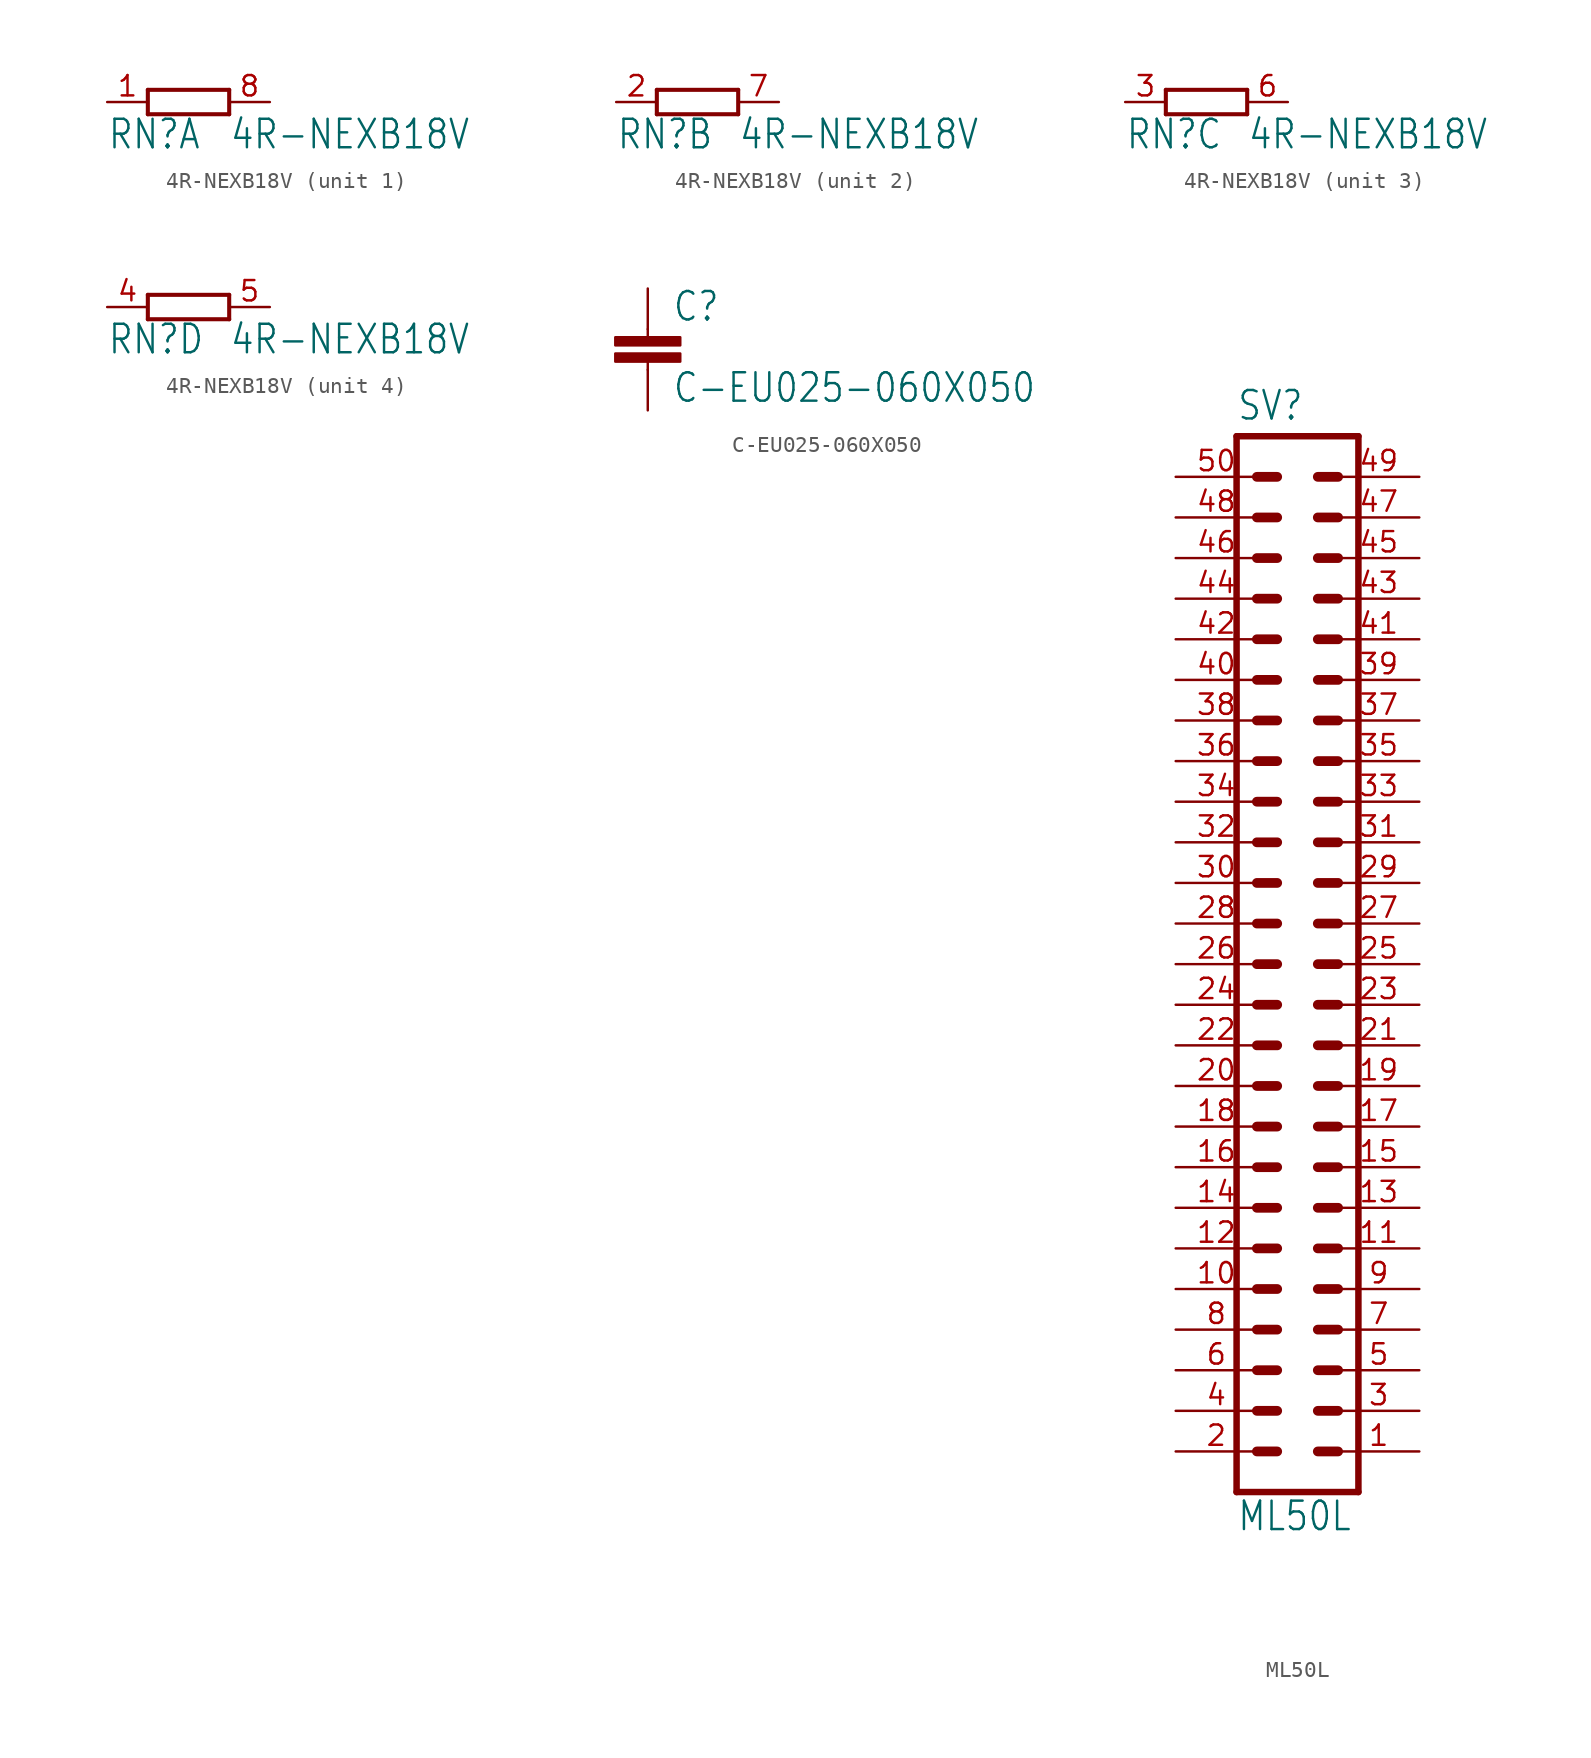
<source format=kicad_sym>
(kicad_symbol_lib
  (version 20211014)
  (generator kicad_symbol_editor)
  (symbol "4R-NEXB18V"
    (property "Reference" "RN"
      (at -5.08 -3.048 0)
      (effects (font (size 1.778 1.511)) (justify left bottom)))
    (property "Value" "4R-NEXB18V"
      (at 2.54 -3.048 0)
      (effects (font (size 1.778 1.511)) (justify left bottom)))
    (property "ki_locked" ""
      (at 0 0 0)
      (effects (font (size 1.27 1.27))))
    (symbol "4R-NEXB18V_1_0"
      (polyline (pts (xy -2.54 -0.762) (xy 2.54 -0.762)) (stroke (width 0.254) (type default) (color 0 0 0 0)) (fill (type none)))
      (polyline (pts (xy -2.54 0.762) (xy -2.54 -0.762)) (stroke (width 0.254) (type default) (color 0 0 0 0)) (fill (type none)))
      (polyline (pts (xy 2.54 -0.762) (xy 2.54 0.762)) (stroke (width 0.254) (type default) (color 0 0 0 0)) (fill (type none)))
      (polyline (pts (xy 2.54 0.762) (xy -2.54 0.762)) (stroke (width 0.254) (type default) (color 0 0 0 0)) (fill (type none)))
      (pin passive line (at -5.08 0 0) (length 2.54) (name "1" (effects (font (size 0 0)))) (number "1" (effects (font (size 1.27 1.27)))))
      (pin passive line (at 5.08 0 180) (length 2.54) (name "2" (effects (font (size 0 0)))) (number "8" (effects (font (size 1.27 1.27))))))
    (symbol "4R-NEXB18V_2_0"
      (polyline (pts (xy -2.54 -0.762) (xy 2.54 -0.762)) (stroke (width 0.254) (type default) (color 0 0 0 0)) (fill (type none)))
      (polyline (pts (xy -2.54 0.762) (xy -2.54 -0.762)) (stroke (width 0.254) (type default) (color 0 0 0 0)) (fill (type none)))
      (polyline (pts (xy 2.54 -0.762) (xy 2.54 0.762)) (stroke (width 0.254) (type default) (color 0 0 0 0)) (fill (type none)))
      (polyline (pts (xy 2.54 0.762) (xy -2.54 0.762)) (stroke (width 0.254) (type default) (color 0 0 0 0)) (fill (type none)))
      (pin passive line (at -5.08 0 0) (length 2.54) (name "1" (effects (font (size 0 0)))) (number "2" (effects (font (size 1.27 1.27)))))
      (pin passive line (at 5.08 0 180) (length 2.54) (name "2" (effects (font (size 0 0)))) (number "7" (effects (font (size 1.27 1.27))))))
    (symbol "4R-NEXB18V_3_0"
      (polyline (pts (xy -2.54 -0.762) (xy 2.54 -0.762)) (stroke (width 0.254) (type default) (color 0 0 0 0)) (fill (type none)))
      (polyline (pts (xy -2.54 0.762) (xy -2.54 -0.762)) (stroke (width 0.254) (type default) (color 0 0 0 0)) (fill (type none)))
      (polyline (pts (xy 2.54 -0.762) (xy 2.54 0.762)) (stroke (width 0.254) (type default) (color 0 0 0 0)) (fill (type none)))
      (polyline (pts (xy 2.54 0.762) (xy -2.54 0.762)) (stroke (width 0.254) (type default) (color 0 0 0 0)) (fill (type none)))
      (pin passive line (at -5.08 0 0) (length 2.54) (name "1" (effects (font (size 0 0)))) (number "3" (effects (font (size 1.27 1.27)))))
      (pin passive line (at 5.08 0 180) (length 2.54) (name "2" (effects (font (size 0 0)))) (number "6" (effects (font (size 1.27 1.27))))))
    (symbol "4R-NEXB18V_4_0"
      (polyline (pts (xy -2.54 -0.762) (xy 2.54 -0.762)) (stroke (width 0.254) (type default) (color 0 0 0 0)) (fill (type none)))
      (polyline (pts (xy -2.54 0.762) (xy -2.54 -0.762)) (stroke (width 0.254) (type default) (color 0 0 0 0)) (fill (type none)))
      (polyline (pts (xy 2.54 -0.762) (xy 2.54 0.762)) (stroke (width 0.254) (type default) (color 0 0 0 0)) (fill (type none)))
      (polyline (pts (xy 2.54 0.762) (xy -2.54 0.762)) (stroke (width 0.254) (type default) (color 0 0 0 0)) (fill (type none)))
      (pin passive line (at -5.08 0 0) (length 2.54) (name "1" (effects (font (size 0 0)))) (number "4" (effects (font (size 1.27 1.27)))))
      (pin passive line (at 5.08 0 180) (length 2.54) (name "2" (effects (font (size 0 0)))) (number "5" (effects (font (size 1.27 1.27)))))))
  (symbol "C-EU025-060X050"
    (property "Reference" "C"
      (at 1.524 0.381 0)
      (effects (font (size 1.778 1.511)) (justify left bottom)))
    (property "Value" "C-EU025-060X050"
      (at 1.524 -4.699 0)
      (effects (font (size 1.778 1.511)) (justify left bottom)))
    (property "ki_locked" ""
      (at 0 0 0)
      (effects (font (size 1.27 1.27))))
    (symbol "C-EU025-060X050_1_0"
      (rectangle (start -2.032 -2.032) (end 2.032 -1.524) (stroke (width 0) (type default) (color 0 0 0 0)) (fill (type outline)))
      (rectangle (start -2.032 -1.016) (end 2.032 -0.508) (stroke (width 0) (type default) (color 0 0 0 0)) (fill (type outline)))
      (polyline (pts (xy 0 -2.54) (xy 0 -2.032)) (stroke (width 0.152) (type default) (color 0 0 0 0)) (fill (type none)))
      (polyline (pts (xy 0 0) (xy 0 -0.508)) (stroke (width 0.152) (type default) (color 0 0 0 0)) (fill (type none)))
      (pin passive line (at 0 2.54 270) (length 2.54) (name "1" (effects (font (size 0 0)))) (number "1" (effects (font (size 0 0)))))
      (pin passive line (at 0 -5.08 90) (length 2.54) (name "2" (effects (font (size 0 0)))) (number "2" (effects (font (size 0 0)))))))
  (symbol "ML50L"
    (property "Reference" "SV"
      (at -3.81 33.909 0)
      (effects (font (size 1.778 1.511)) (justify left bottom)))
    (property "Value" "ML50L"
      (at -3.81 -35.56 0)
      (effects (font (size 1.778 1.511)) (justify left bottom)))
    (property "ki_locked" ""
      (at 0 0 0)
      (effects (font (size 1.27 1.27))))
    (symbol "ML50L_1_0"
      (polyline (pts (xy -3.81 33.02) (xy -3.81 -33.02)) (stroke (width 0.406) (type default) (color 0 0 0 0)) (fill (type none)))
      (polyline (pts (xy -3.81 33.02) (xy 3.81 33.02)) (stroke (width 0.406) (type default) (color 0 0 0 0)) (fill (type none)))
      (polyline (pts (xy -2.54 -30.48) (xy -1.27 -30.48)) (stroke (width 0.61) (type default) (color 0 0 0 0)) (fill (type none)))
      (polyline (pts (xy -2.54 -27.94) (xy -1.27 -27.94)) (stroke (width 0.61) (type default) (color 0 0 0 0)) (fill (type none)))
      (polyline (pts (xy -2.54 -25.4) (xy -1.27 -25.4)) (stroke (width 0.61) (type default) (color 0 0 0 0)) (fill (type none)))
      (polyline (pts (xy -2.54 -22.86) (xy -1.27 -22.86)) (stroke (width 0.61) (type default) (color 0 0 0 0)) (fill (type none)))
      (polyline (pts (xy -2.54 -20.32) (xy -1.27 -20.32)) (stroke (width 0.61) (type default) (color 0 0 0 0)) (fill (type none)))
      (polyline (pts (xy -2.54 -17.78) (xy -1.27 -17.78)) (stroke (width 0.61) (type default) (color 0 0 0 0)) (fill (type none)))
      (polyline (pts (xy -2.54 -15.24) (xy -1.27 -15.24)) (stroke (width 0.61) (type default) (color 0 0 0 0)) (fill (type none)))
      (polyline (pts (xy -2.54 -12.7) (xy -1.27 -12.7)) (stroke (width 0.61) (type default) (color 0 0 0 0)) (fill (type none)))
      (polyline (pts (xy -2.54 -10.16) (xy -1.27 -10.16)) (stroke (width 0.61) (type default) (color 0 0 0 0)) (fill (type none)))
      (polyline (pts (xy -2.54 -7.62) (xy -1.27 -7.62)) (stroke (width 0.61) (type default) (color 0 0 0 0)) (fill (type none)))
      (polyline (pts (xy -2.54 -5.08) (xy -1.27 -5.08)) (stroke (width 0.61) (type default) (color 0 0 0 0)) (fill (type none)))
      (polyline (pts (xy -2.54 -2.54) (xy -1.27 -2.54)) (stroke (width 0.61) (type default) (color 0 0 0 0)) (fill (type none)))
      (polyline (pts (xy -2.54 0) (xy -1.27 0)) (stroke (width 0.61) (type default) (color 0 0 0 0)) (fill (type none)))
      (polyline (pts (xy -2.54 2.54) (xy -1.27 2.54)) (stroke (width 0.61) (type default) (color 0 0 0 0)) (fill (type none)))
      (polyline (pts (xy -2.54 5.08) (xy -1.27 5.08)) (stroke (width 0.61) (type default) (color 0 0 0 0)) (fill (type none)))
      (polyline (pts (xy -2.54 7.62) (xy -1.27 7.62)) (stroke (width 0.61) (type default) (color 0 0 0 0)) (fill (type none)))
      (polyline (pts (xy -2.54 10.16) (xy -1.27 10.16)) (stroke (width 0.61) (type default) (color 0 0 0 0)) (fill (type none)))
      (polyline (pts (xy -2.54 12.7) (xy -1.27 12.7)) (stroke (width 0.61) (type default) (color 0 0 0 0)) (fill (type none)))
      (polyline (pts (xy -2.54 15.24) (xy -1.27 15.24)) (stroke (width 0.61) (type default) (color 0 0 0 0)) (fill (type none)))
      (polyline (pts (xy -2.54 17.78) (xy -1.27 17.78)) (stroke (width 0.61) (type default) (color 0 0 0 0)) (fill (type none)))
      (polyline (pts (xy -2.54 20.32) (xy -1.27 20.32)) (stroke (width 0.61) (type default) (color 0 0 0 0)) (fill (type none)))
      (polyline (pts (xy -2.54 22.86) (xy -1.27 22.86)) (stroke (width 0.61) (type default) (color 0 0 0 0)) (fill (type none)))
      (polyline (pts (xy -2.54 25.4) (xy -1.27 25.4)) (stroke (width 0.61) (type default) (color 0 0 0 0)) (fill (type none)))
      (polyline (pts (xy -2.54 27.94) (xy -1.27 27.94)) (stroke (width 0.61) (type default) (color 0 0 0 0)) (fill (type none)))
      (polyline (pts (xy -2.54 30.48) (xy -1.27 30.48)) (stroke (width 0.61) (type default) (color 0 0 0 0)) (fill (type none)))
      (polyline (pts (xy 1.27 -30.48) (xy 2.54 -30.48)) (stroke (width 0.61) (type default) (color 0 0 0 0)) (fill (type none)))
      (polyline (pts (xy 1.27 -27.94) (xy 2.54 -27.94)) (stroke (width 0.61) (type default) (color 0 0 0 0)) (fill (type none)))
      (polyline (pts (xy 1.27 -25.4) (xy 2.54 -25.4)) (stroke (width 0.61) (type default) (color 0 0 0 0)) (fill (type none)))
      (polyline (pts (xy 1.27 -22.86) (xy 2.54 -22.86)) (stroke (width 0.61) (type default) (color 0 0 0 0)) (fill (type none)))
      (polyline (pts (xy 1.27 -20.32) (xy 2.54 -20.32)) (stroke (width 0.61) (type default) (color 0 0 0 0)) (fill (type none)))
      (polyline (pts (xy 1.27 -17.78) (xy 2.54 -17.78)) (stroke (width 0.61) (type default) (color 0 0 0 0)) (fill (type none)))
      (polyline (pts (xy 1.27 -15.24) (xy 2.54 -15.24)) (stroke (width 0.61) (type default) (color 0 0 0 0)) (fill (type none)))
      (polyline (pts (xy 1.27 -12.7) (xy 2.54 -12.7)) (stroke (width 0.61) (type default) (color 0 0 0 0)) (fill (type none)))
      (polyline (pts (xy 1.27 -10.16) (xy 2.54 -10.16)) (stroke (width 0.61) (type default) (color 0 0 0 0)) (fill (type none)))
      (polyline (pts (xy 1.27 -7.62) (xy 2.54 -7.62)) (stroke (width 0.61) (type default) (color 0 0 0 0)) (fill (type none)))
      (polyline (pts (xy 1.27 -5.08) (xy 2.54 -5.08)) (stroke (width 0.61) (type default) (color 0 0 0 0)) (fill (type none)))
      (polyline (pts (xy 1.27 -2.54) (xy 2.54 -2.54)) (stroke (width 0.61) (type default) (color 0 0 0 0)) (fill (type none)))
      (polyline (pts (xy 1.27 0) (xy 2.54 0)) (stroke (width 0.61) (type default) (color 0 0 0 0)) (fill (type none)))
      (polyline (pts (xy 1.27 2.54) (xy 2.54 2.54)) (stroke (width 0.61) (type default) (color 0 0 0 0)) (fill (type none)))
      (polyline (pts (xy 1.27 5.08) (xy 2.54 5.08)) (stroke (width 0.61) (type default) (color 0 0 0 0)) (fill (type none)))
      (polyline (pts (xy 1.27 7.62) (xy 2.54 7.62)) (stroke (width 0.61) (type default) (color 0 0 0 0)) (fill (type none)))
      (polyline (pts (xy 1.27 10.16) (xy 2.54 10.16)) (stroke (width 0.61) (type default) (color 0 0 0 0)) (fill (type none)))
      (polyline (pts (xy 1.27 12.7) (xy 2.54 12.7)) (stroke (width 0.61) (type default) (color 0 0 0 0)) (fill (type none)))
      (polyline (pts (xy 1.27 15.24) (xy 2.54 15.24)) (stroke (width 0.61) (type default) (color 0 0 0 0)) (fill (type none)))
      (polyline (pts (xy 1.27 17.78) (xy 2.54 17.78)) (stroke (width 0.61) (type default) (color 0 0 0 0)) (fill (type none)))
      (polyline (pts (xy 1.27 20.32) (xy 2.54 20.32)) (stroke (width 0.61) (type default) (color 0 0 0 0)) (fill (type none)))
      (polyline (pts (xy 1.27 22.86) (xy 2.54 22.86)) (stroke (width 0.61) (type default) (color 0 0 0 0)) (fill (type none)))
      (polyline (pts (xy 1.27 25.4) (xy 2.54 25.4)) (stroke (width 0.61) (type default) (color 0 0 0 0)) (fill (type none)))
      (polyline (pts (xy 1.27 27.94) (xy 2.54 27.94)) (stroke (width 0.61) (type default) (color 0 0 0 0)) (fill (type none)))
      (polyline (pts (xy 1.27 30.48) (xy 2.54 30.48)) (stroke (width 0.61) (type default) (color 0 0 0 0)) (fill (type none)))
      (polyline (pts (xy 3.81 -33.02) (xy -3.81 -33.02)) (stroke (width 0.406) (type default) (color 0 0 0 0)) (fill (type none)))
      (polyline (pts (xy 3.81 -33.02) (xy 3.81 33.02)) (stroke (width 0.406) (type default) (color 0 0 0 0)) (fill (type none)))
      (pin passive line (at 7.62 -30.48 180) (length 5.08) (name "1" (effects (font (size 0 0)))) (number "1" (effects (font (size 1.27 1.27)))))
      (pin passive line (at -7.62 -20.32 0) (length 5.08) (name "10" (effects (font (size 0 0)))) (number "10" (effects (font (size 1.27 1.27)))))
      (pin passive line (at 7.62 -17.78 180) (length 5.08) (name "11" (effects (font (size 0 0)))) (number "11" (effects (font (size 1.27 1.27)))))
      (pin passive line (at -7.62 -17.78 0) (length 5.08) (name "12" (effects (font (size 0 0)))) (number "12" (effects (font (size 1.27 1.27)))))
      (pin passive line (at 7.62 -15.24 180) (length 5.08) (name "13" (effects (font (size 0 0)))) (number "13" (effects (font (size 1.27 1.27)))))
      (pin passive line (at -7.62 -15.24 0) (length 5.08) (name "14" (effects (font (size 0 0)))) (number "14" (effects (font (size 1.27 1.27)))))
      (pin passive line (at 7.62 -12.7 180) (length 5.08) (name "15" (effects (font (size 0 0)))) (number "15" (effects (font (size 1.27 1.27)))))
      (pin passive line (at -7.62 -12.7 0) (length 5.08) (name "16" (effects (font (size 0 0)))) (number "16" (effects (font (size 1.27 1.27)))))
      (pin passive line (at 7.62 -10.16 180) (length 5.08) (name "17" (effects (font (size 0 0)))) (number "17" (effects (font (size 1.27 1.27)))))
      (pin passive line (at -7.62 -10.16 0) (length 5.08) (name "18" (effects (font (size 0 0)))) (number "18" (effects (font (size 1.27 1.27)))))
      (pin passive line (at 7.62 -7.62 180) (length 5.08) (name "19" (effects (font (size 0 0)))) (number "19" (effects (font (size 1.27 1.27)))))
      (pin passive line (at -7.62 -30.48 0) (length 5.08) (name "2" (effects (font (size 0 0)))) (number "2" (effects (font (size 1.27 1.27)))))
      (pin passive line (at -7.62 -7.62 0) (length 5.08) (name "20" (effects (font (size 0 0)))) (number "20" (effects (font (size 1.27 1.27)))))
      (pin passive line (at 7.62 -5.08 180) (length 5.08) (name "21" (effects (font (size 0 0)))) (number "21" (effects (font (size 1.27 1.27)))))
      (pin passive line (at -7.62 -5.08 0) (length 5.08) (name "22" (effects (font (size 0 0)))) (number "22" (effects (font (size 1.27 1.27)))))
      (pin passive line (at 7.62 -2.54 180) (length 5.08) (name "23" (effects (font (size 0 0)))) (number "23" (effects (font (size 1.27 1.27)))))
      (pin passive line (at -7.62 -2.54 0) (length 5.08) (name "24" (effects (font (size 0 0)))) (number "24" (effects (font (size 1.27 1.27)))))
      (pin passive line (at 7.62 0 180) (length 5.08) (name "25" (effects (font (size 0 0)))) (number "25" (effects (font (size 1.27 1.27)))))
      (pin passive line (at -7.62 0 0) (length 5.08) (name "26" (effects (font (size 0 0)))) (number "26" (effects (font (size 1.27 1.27)))))
      (pin passive line (at 7.62 2.54 180) (length 5.08) (name "27" (effects (font (size 0 0)))) (number "27" (effects (font (size 1.27 1.27)))))
      (pin passive line (at -7.62 2.54 0) (length 5.08) (name "28" (effects (font (size 0 0)))) (number "28" (effects (font (size 1.27 1.27)))))
      (pin passive line (at 7.62 5.08 180) (length 5.08) (name "29" (effects (font (size 0 0)))) (number "29" (effects (font (size 1.27 1.27)))))
      (pin passive line (at 7.62 -27.94 180) (length 5.08) (name "3" (effects (font (size 0 0)))) (number "3" (effects (font (size 1.27 1.27)))))
      (pin passive line (at -7.62 5.08 0) (length 5.08) (name "30" (effects (font (size 0 0)))) (number "30" (effects (font (size 1.27 1.27)))))
      (pin passive line (at 7.62 7.62 180) (length 5.08) (name "31" (effects (font (size 0 0)))) (number "31" (effects (font (size 1.27 1.27)))))
      (pin passive line (at -7.62 7.62 0) (length 5.08) (name "32" (effects (font (size 0 0)))) (number "32" (effects (font (size 1.27 1.27)))))
      (pin passive line (at 7.62 10.16 180) (length 5.08) (name "33" (effects (font (size 0 0)))) (number "33" (effects (font (size 1.27 1.27)))))
      (pin passive line (at -7.62 10.16 0) (length 5.08) (name "34" (effects (font (size 0 0)))) (number "34" (effects (font (size 1.27 1.27)))))
      (pin passive line (at 7.62 12.7 180) (length 5.08) (name "35" (effects (font (size 0 0)))) (number "35" (effects (font (size 1.27 1.27)))))
      (pin passive line (at -7.62 12.7 0) (length 5.08) (name "36" (effects (font (size 0 0)))) (number "36" (effects (font (size 1.27 1.27)))))
      (pin passive line (at 7.62 15.24 180) (length 5.08) (name "37" (effects (font (size 0 0)))) (number "37" (effects (font (size 1.27 1.27)))))
      (pin passive line (at -7.62 15.24 0) (length 5.08) (name "38" (effects (font (size 0 0)))) (number "38" (effects (font (size 1.27 1.27)))))
      (pin passive line (at 7.62 17.78 180) (length 5.08) (name "39" (effects (font (size 0 0)))) (number "39" (effects (font (size 1.27 1.27)))))
      (pin passive line (at -7.62 -27.94 0) (length 5.08) (name "4" (effects (font (size 0 0)))) (number "4" (effects (font (size 1.27 1.27)))))
      (pin passive line (at -7.62 17.78 0) (length 5.08) (name "40" (effects (font (size 0 0)))) (number "40" (effects (font (size 1.27 1.27)))))
      (pin passive line (at 7.62 20.32 180) (length 5.08) (name "41" (effects (font (size 0 0)))) (number "41" (effects (font (size 1.27 1.27)))))
      (pin passive line (at -7.62 20.32 0) (length 5.08) (name "42" (effects (font (size 0 0)))) (number "42" (effects (font (size 1.27 1.27)))))
      (pin passive line (at 7.62 22.86 180) (length 5.08) (name "43" (effects (font (size 0 0)))) (number "43" (effects (font (size 1.27 1.27)))))
      (pin passive line (at -7.62 22.86 0) (length 5.08) (name "44" (effects (font (size 0 0)))) (number "44" (effects (font (size 1.27 1.27)))))
      (pin passive line (at 7.62 25.4 180) (length 5.08) (name "45" (effects (font (size 0 0)))) (number "45" (effects (font (size 1.27 1.27)))))
      (pin passive line (at -7.62 25.4 0) (length 5.08) (name "46" (effects (font (size 0 0)))) (number "46" (effects (font (size 1.27 1.27)))))
      (pin passive line (at 7.62 27.94 180) (length 5.08) (name "47" (effects (font (size 0 0)))) (number "47" (effects (font (size 1.27 1.27)))))
      (pin passive line (at -7.62 27.94 0) (length 5.08) (name "48" (effects (font (size 0 0)))) (number "48" (effects (font (size 1.27 1.27)))))
      (pin passive line (at 7.62 30.48 180) (length 5.08) (name "49" (effects (font (size 0 0)))) (number "49" (effects (font (size 1.27 1.27)))))
      (pin passive line (at 7.62 -25.4 180) (length 5.08) (name "5" (effects (font (size 0 0)))) (number "5" (effects (font (size 1.27 1.27)))))
      (pin passive line (at -7.62 30.48 0) (length 5.08) (name "50" (effects (font (size 0 0)))) (number "50" (effects (font (size 1.27 1.27)))))
      (pin passive line (at -7.62 -25.4 0) (length 5.08) (name "6" (effects (font (size 0 0)))) (number "6" (effects (font (size 1.27 1.27)))))
      (pin passive line (at 7.62 -22.86 180) (length 5.08) (name "7" (effects (font (size 0 0)))) (number "7" (effects (font (size 1.27 1.27)))))
      (pin passive line (at -7.62 -22.86 0) (length 5.08) (name "8" (effects (font (size 0 0)))) (number "8" (effects (font (size 1.27 1.27)))))
      (pin passive line (at 7.62 -20.32 180) (length 5.08) (name "9" (effects (font (size 0 0)))) (number "9" (effects (font (size 1.27 1.27))))))))
</source>
